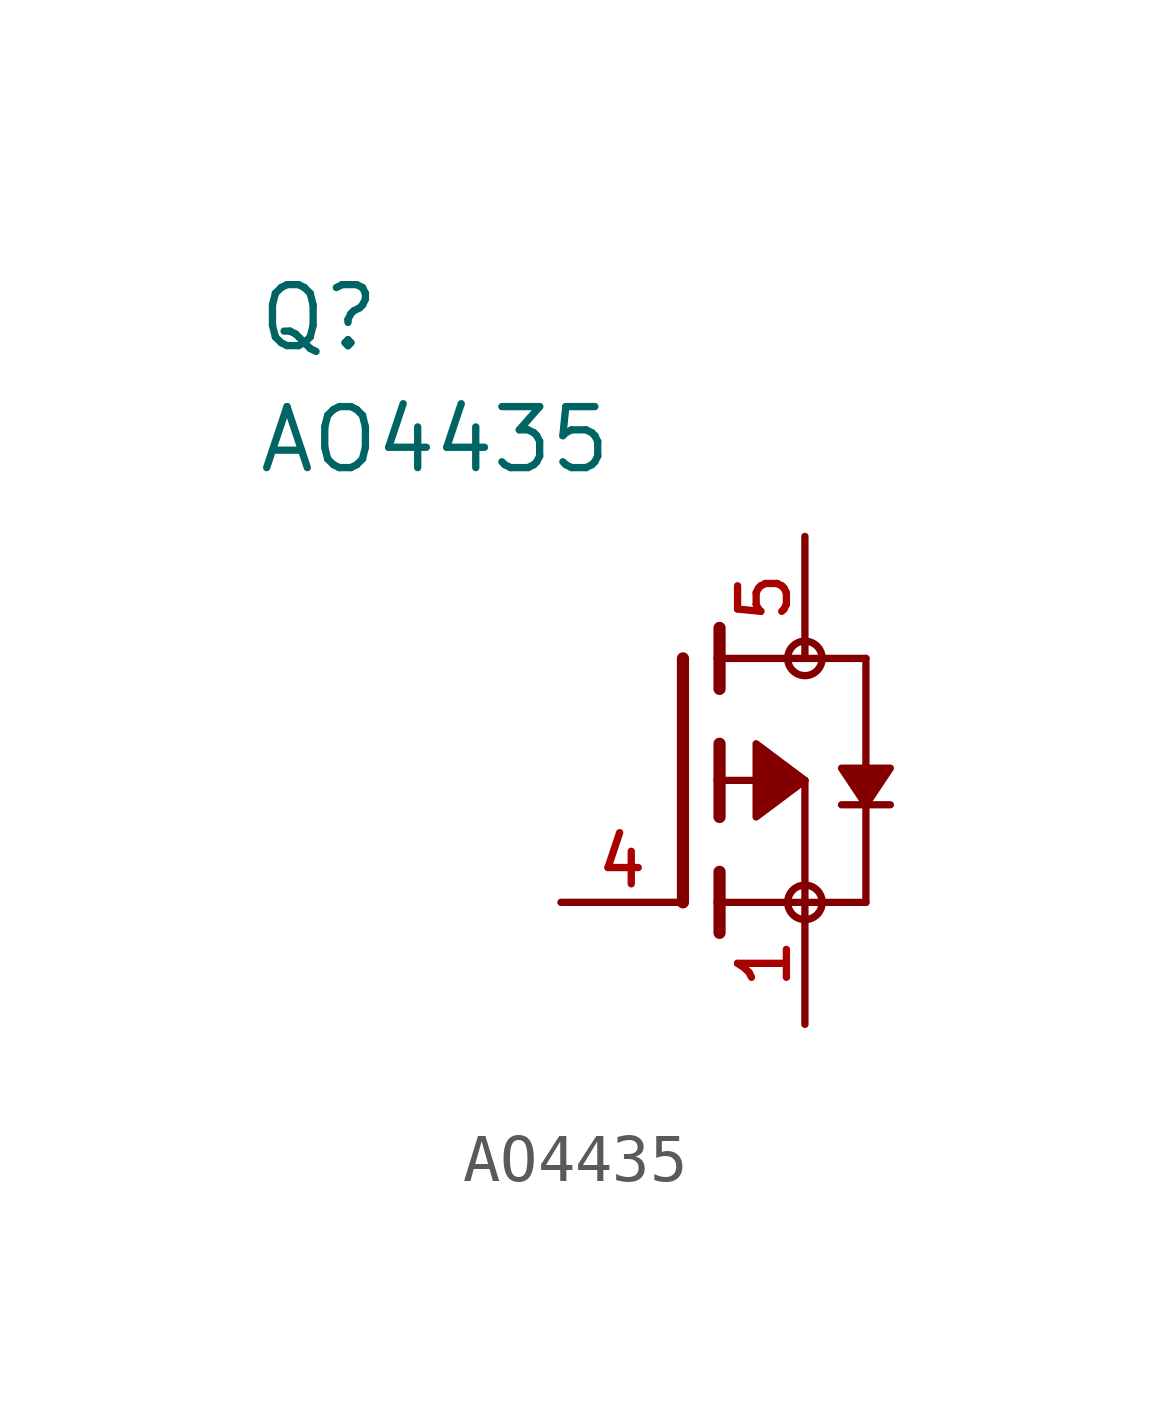
<source format=kicad_sym>
(kicad_symbol_lib
  (version 20211014)
  (generator kicad_symbol_editor)
  (symbol "AO4435"
    (pin_names
      (offset 1.016))
    (property "Reference" "Q"
      (at -11.43 8.89 0)
      (effects (font (size 1.27 1.27)) (justify bottom left)))
    (property "Value" "AO4435"
      (at -11.43 6.35 0)
      (effects (font (size 1.27 1.27)) (justify bottom left)))
    (symbol "AO4435_0_0"
      (polyline (pts (xy -1.778 0.762) (xy -1.778 0.0)) (stroke (width 0.254)))
      (polyline (pts (xy -1.778 0.0) (xy -1.778 -0.762)) (stroke (width 0.254)))
      (polyline (pts (xy -1.778 3.175) (xy -1.778 2.54)) (stroke (width 0.254)))
      (polyline (pts (xy -1.778 2.54) (xy -1.778 1.905)) (stroke (width 0.254)))
      (polyline (pts (xy -1.778 0.0) (xy 0.0 0.0)) (stroke (width 0.152)))
      (polyline (pts (xy 0.0 0.0) (xy 0.0 -2.54)) (stroke (width 0.152)))
      (polyline (pts (xy -1.778 -1.905) (xy -1.778 -2.54)) (stroke (width 0.254)))
      (polyline (pts (xy -1.778 -2.54) (xy -1.778 -3.175)) (stroke (width 0.254)))
      (polyline (pts (xy -2.54 2.54) (xy -2.54 -2.54)) (stroke (width 0.254)))
      (polyline (pts (xy 0.0 -2.54) (xy -1.778 -2.54)) (stroke (width 0.152)))
      (polyline (pts (xy 1.27 2.54) (xy 1.27 -0.508)) (stroke (width 0.152)))
      (polyline (pts (xy 1.27 -0.508) (xy 1.27 -2.54)) (stroke (width 0.152)))
      (polyline (pts (xy 0.0 -2.54) (xy 1.27 -2.54)) (stroke (width 0.152)))
      (polyline (pts (xy -1.778 2.54) (xy 1.27 2.54)) (stroke (width 0.152)))
      (polyline (pts (xy 0.762 -0.508) (xy 1.27 -0.508)) (stroke (width 0.152)))
      (polyline (pts (xy 1.27 -0.508) (xy 1.778 -0.508)) (stroke (width 0.152)))
      (circle (center 0.0 -2.54) (radius 0.359) (stroke (width 0.0)) (fill (type none)))
      (circle (center 0.0 2.54) (radius 0.359) (stroke (width 0.0)) (fill (type none)))
      (polyline (pts (xy 1.27 -0.508) (xy 1.778 0.254) (xy 0.762 0.254) (xy 1.27 -0.508)) (stroke (width 0.152)) (fill (type outline)))
      (polyline (pts (xy 0.0 0.0) (xy -1.016 -0.762) (xy -1.016 0.762) (xy 0.0 0.0)) (stroke (width 0.152)) (fill (type outline)))
      (pin passive line (at 0.0 -5.08 90.0) (length 2.54) (name "~" (effects (font (size 1.016 1.016)))) (number "1" (effects (font (size 1.016 1.016)))))
      (pin passive line (at 0.0 -5.08 90.0) (length 2.54) hide (name "~" (effects (font (size 1.016 1.016)))) (number "2" (effects (font (size 1.016 1.016)))))
      (pin passive line (at 0.0 -5.08 90.0) (length 2.54) hide (name "~" (effects (font (size 1.016 1.016)))) (number "3" (effects (font (size 1.016 1.016)))))
      (pin passive line (at -5.08 -2.54 0) (length 2.54) (name "~" (effects (font (size 1.016 1.016)))) (number "4" (effects (font (size 1.016 1.016)))))
      (pin passive line (at 0.0 5.08 270.0) (length 2.54) (name "~" (effects (font (size 1.016 1.016)))) (number "5" (effects (font (size 1.016 1.016)))))
      (pin passive line (at 0.0 5.08 270.0) (length 2.54) hide (name "~" (effects (font (size 1.016 1.016)))) (number "6" (effects (font (size 1.016 1.016)))))
      (pin passive line (at 0.0 5.08 270.0) (length 2.54) hide (name "~" (effects (font (size 1.016 1.016)))) (number "7" (effects (font (size 1.016 1.016)))))
      (pin passive line (at 0.0 5.08 270.0) (length 2.54) hide (name "~" (effects (font (size 1.016 1.016)))) (number "8" (effects (font (size 1.016 1.016))))))))
</source>
